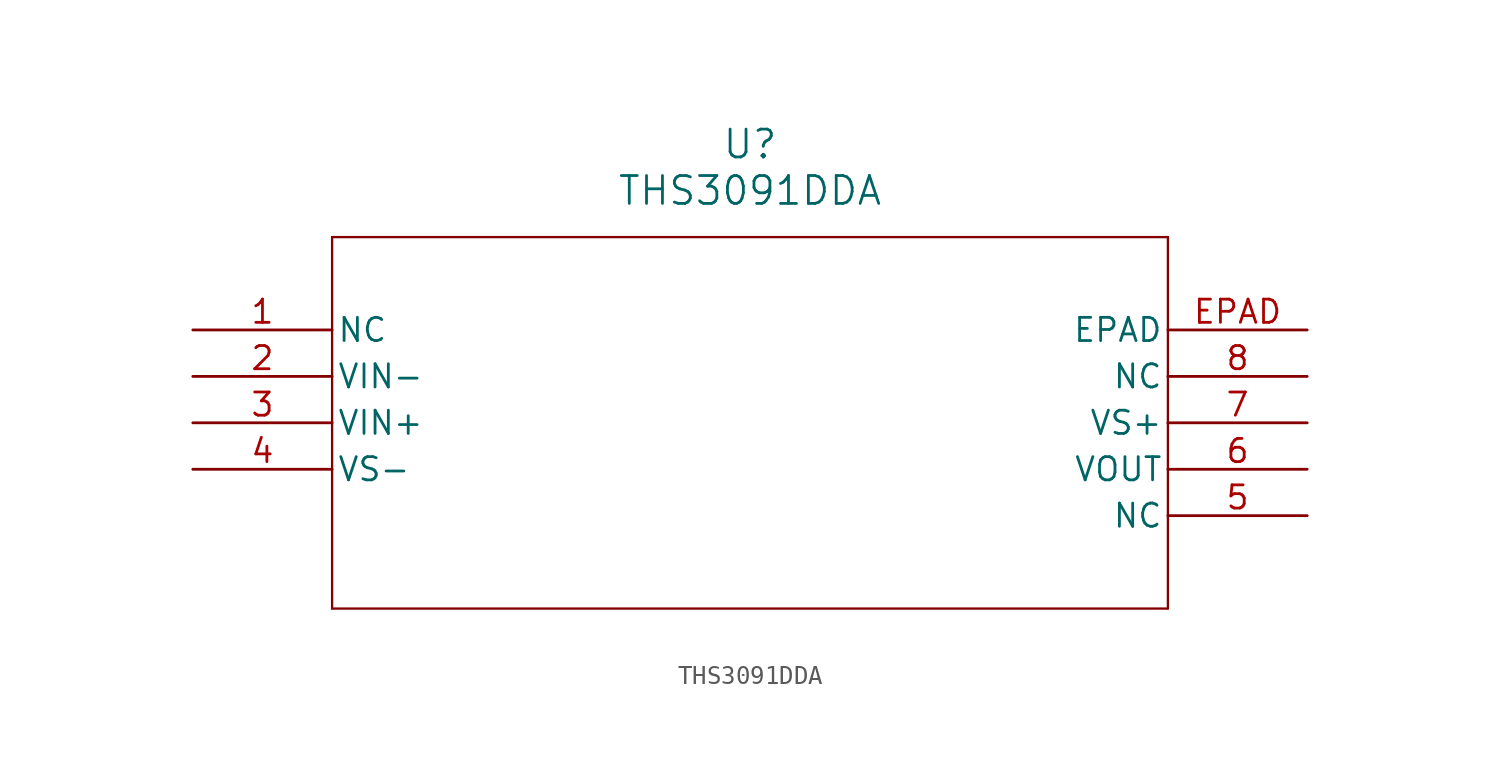
<source format=kicad_sym>
(kicad_symbol_lib
  (version 20211014)
  (generator kicad_symbol_editor)
  (symbol "THS3091DDA"
    (pin_names
      (offset 0.254))
    (property "Reference" "U"
      (at 30.48 10.16 0)
      (effects (font (size 1.524 1.524))))
    (property "Value" "THS3091DDA"
      (at 30.48 7.62 0)
      (effects (font (size 1.524 1.524))))
    (symbol "THS3091DDA_0_1"
      (polyline (pts (xy 7.62 5.08) (xy 7.62 -15.24)) (stroke (width 0.127) (type default) (color 0 0 0 0)) (fill (type none)))
      (polyline (pts (xy 7.62 -15.24) (xy 53.34 -15.24)) (stroke (width 0.127) (type default) (color 0 0 0 0)) (fill (type none)))
      (polyline (pts (xy 53.34 -15.24) (xy 53.34 5.08)) (stroke (width 0.127) (type default) (color 0 0 0 0)) (fill (type none)))
      (polyline (pts (xy 53.34 5.08) (xy 7.62 5.08)) (stroke (width 0.127) (type default) (color 0 0 0 0)) (fill (type none)))
      (pin unspecified line (at 0 0 0) (length 7.62) (name "NC" (effects (font (size 1.27 1.27)))) (number "1" (effects (font (size 1.27 1.27)))))
      (pin input line (at 0 -2.54 0) (length 7.62) (name "VIN-" (effects (font (size 1.27 1.27)))) (number "2" (effects (font (size 1.27 1.27)))))
      (pin input line (at 0 -5.08 0) (length 7.62) (name "VIN+" (effects (font (size 1.27 1.27)))) (number "3" (effects (font (size 1.27 1.27)))))
      (pin power_in line (at 0 -7.62 0) (length 7.62) (name "VS-" (effects (font (size 1.27 1.27)))) (number "4" (effects (font (size 1.27 1.27)))))
      (pin unspecified line (at 60.96 -10.16 180) (length 7.62) (name "NC" (effects (font (size 1.27 1.27)))) (number "5" (effects (font (size 1.27 1.27)))))
      (pin output line (at 60.96 -7.62 180) (length 7.62) (name "VOUT" (effects (font (size 1.27 1.27)))) (number "6" (effects (font (size 1.27 1.27)))))
      (pin power_in line (at 60.96 -5.08 180) (length 7.62) (name "VS+" (effects (font (size 1.27 1.27)))) (number "7" (effects (font (size 1.27 1.27)))))
      (pin unspecified line (at 60.96 -2.54 180) (length 7.62) (name "NC" (effects (font (size 1.27 1.27)))) (number "8" (effects (font (size 1.27 1.27)))))
      (pin unspecified line (at 60.96 0 180) (length 7.62) (name "EPAD" (effects (font (size 1.27 1.27)))) (number "EPAD" (effects (font (size 1.27 1.27))))))))
</source>
